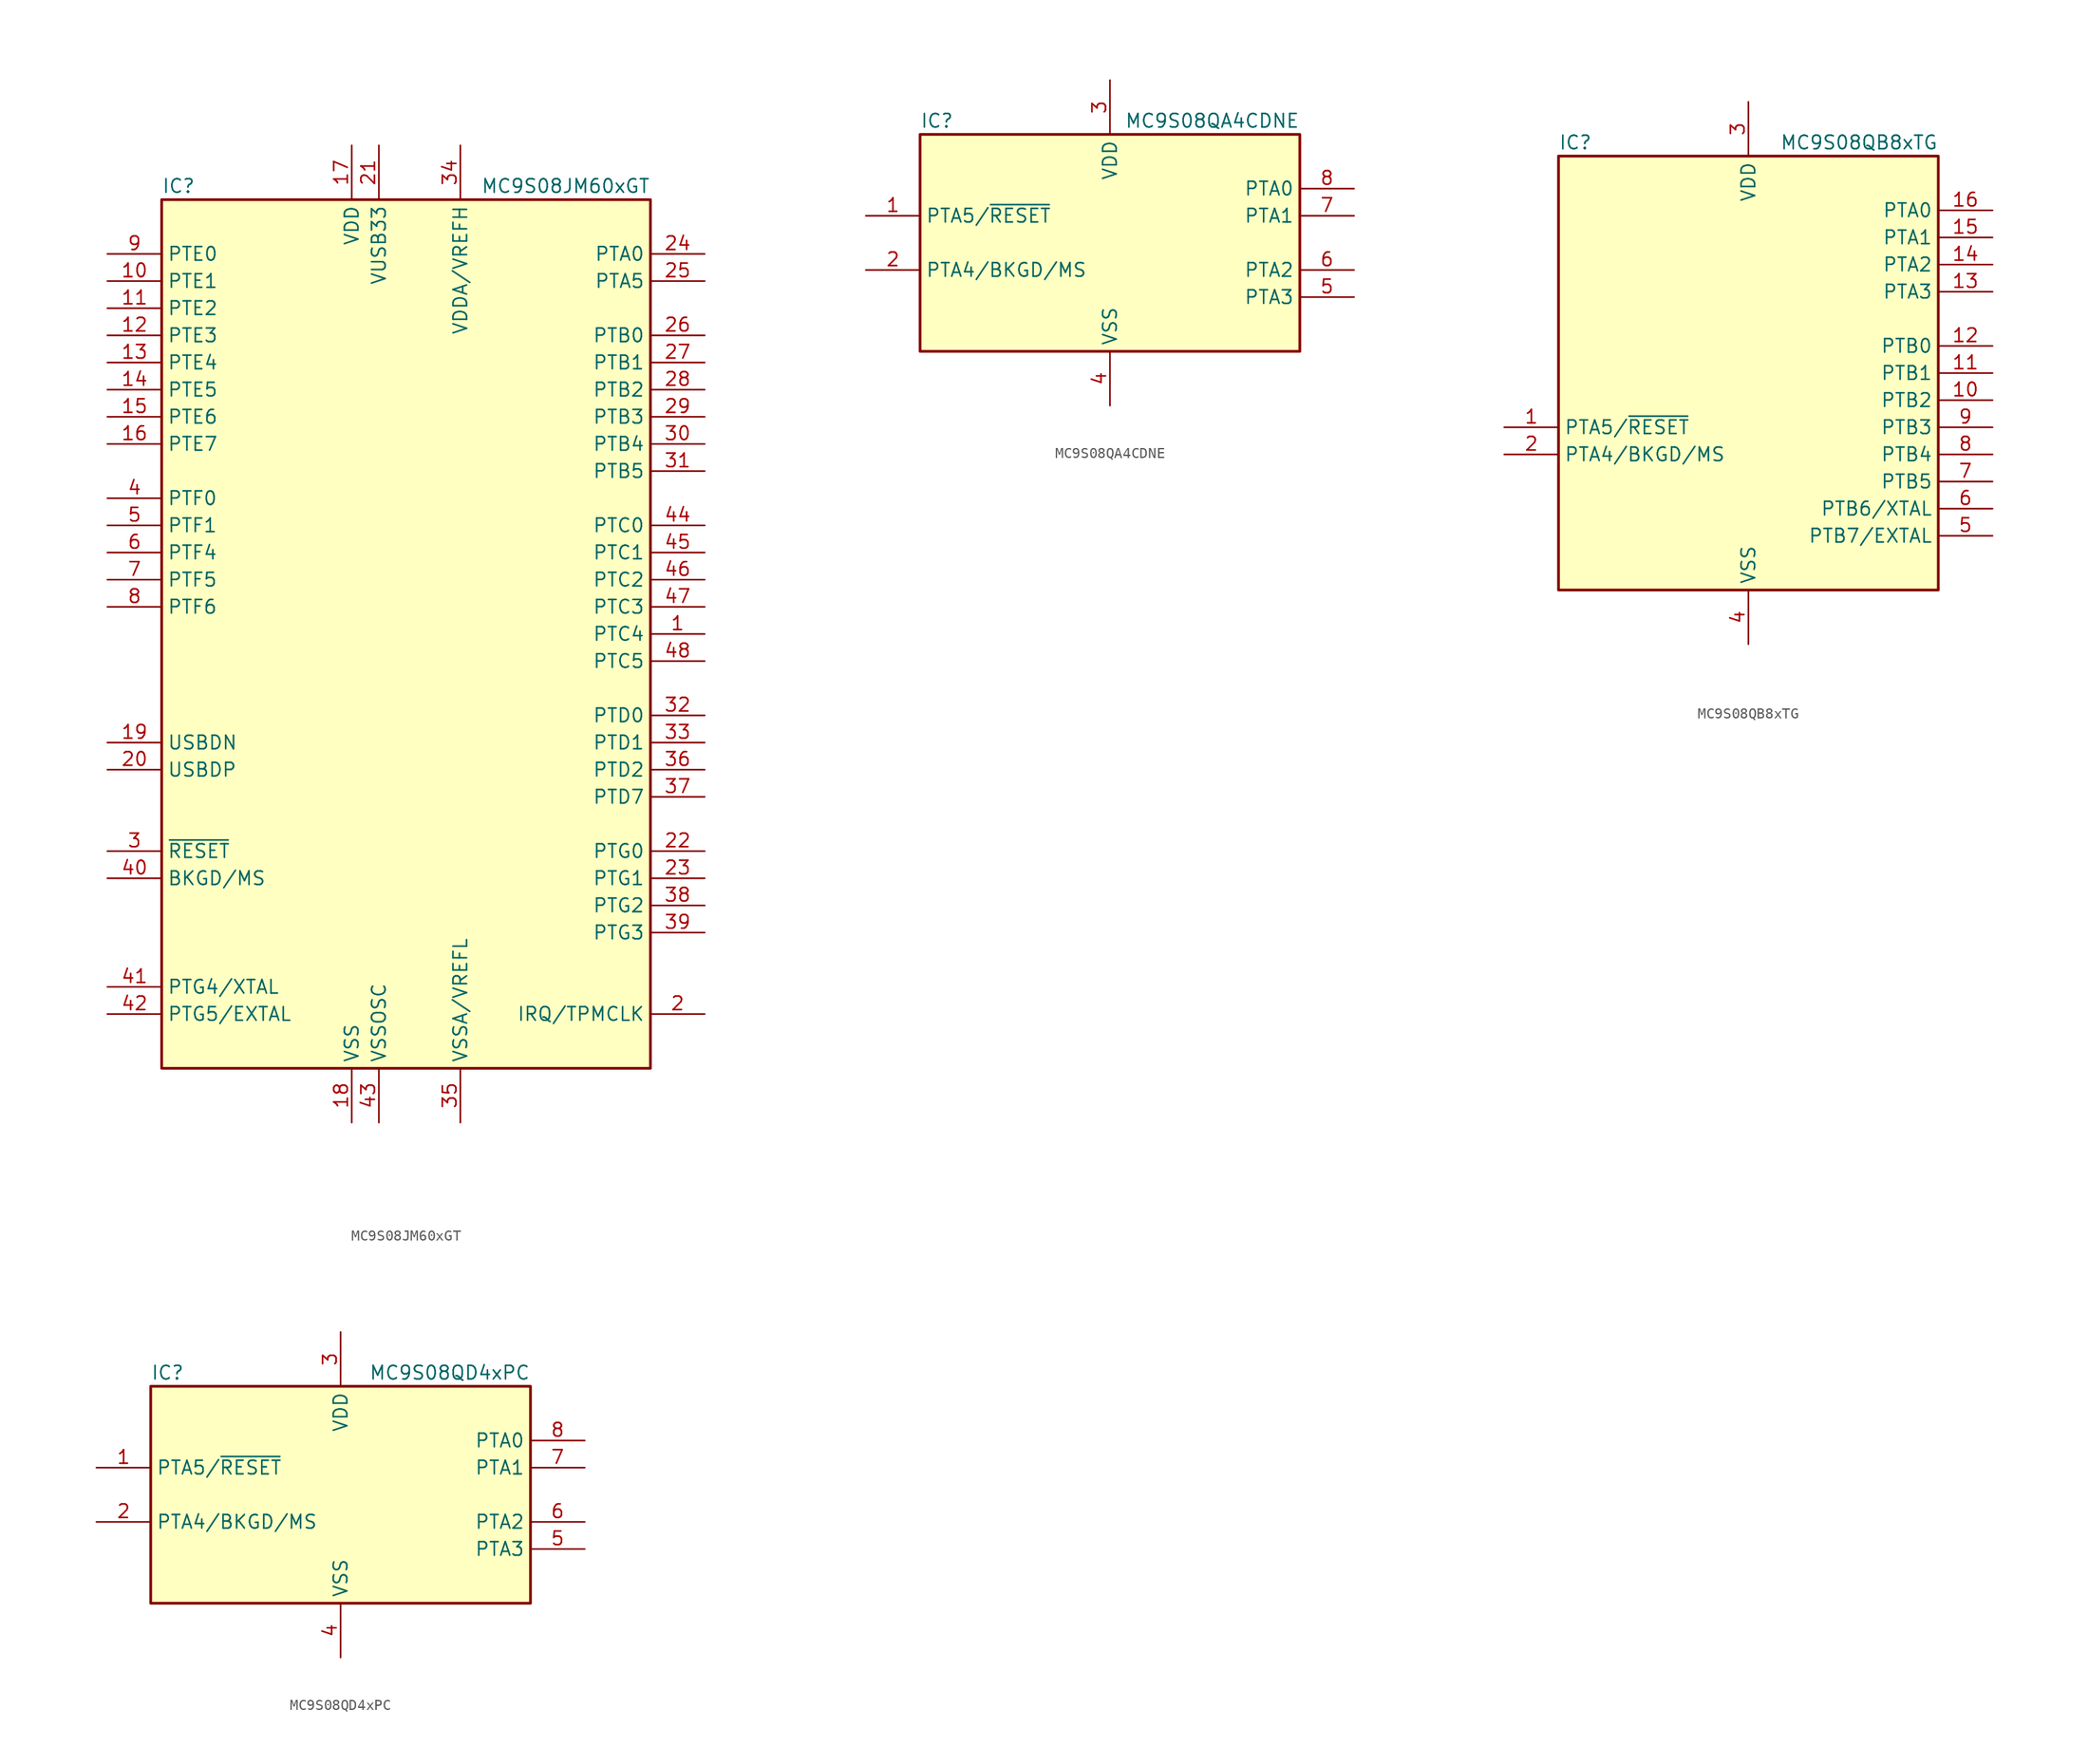
<source format=kicad_sym>
(kicad_symbol_lib
  (version 20231120)
  (generator "kicad_symbol_editor")
  (generator_version "8.0")
  (symbol "MC9S08JM60xGT"
    (property "Reference" "IC"
      (at -22.86 41.91 0)
      (effects (font (size 1.27 1.27)) (justify left)))
    (property "Value" "MC9S08JM60xGT"
      (at 22.86 41.91 0)
      (effects (font (size 1.27 1.27)) (justify right)))
    (symbol "MC9S08JM60xGT_0_1"
      (rectangle (start -22.86 40.64) (end 22.86 -40.64) (stroke (width 0.254) (type default)) (fill (type background))))
    (symbol "MC9S08JM60xGT_1_1"
      (pin bidirectional line (at 27.94 0 180) (length 5.08) (name "PTC4" (effects (font (size 1.27 1.27)))) (number "1" (effects (font (size 1.27 1.27)))))
      (pin bidirectional line (at -27.94 33.02 0) (length 5.08) (name "PTE1" (effects (font (size 1.27 1.27)))) (number "10" (effects (font (size 1.27 1.27)))))
      (pin bidirectional line (at -27.94 30.48 0) (length 5.08) (name "PTE2" (effects (font (size 1.27 1.27)))) (number "11" (effects (font (size 1.27 1.27)))))
      (pin bidirectional line (at -27.94 27.94 0) (length 5.08) (name "PTE3" (effects (font (size 1.27 1.27)))) (number "12" (effects (font (size 1.27 1.27)))))
      (pin bidirectional line (at -27.94 25.4 0) (length 5.08) (name "PTE4" (effects (font (size 1.27 1.27)))) (number "13" (effects (font (size 1.27 1.27)))))
      (pin bidirectional line (at -27.94 22.86 0) (length 5.08) (name "PTE5" (effects (font (size 1.27 1.27)))) (number "14" (effects (font (size 1.27 1.27)))))
      (pin bidirectional line (at -27.94 20.32 0) (length 5.08) (name "PTE6" (effects (font (size 1.27 1.27)))) (number "15" (effects (font (size 1.27 1.27)))))
      (pin bidirectional line (at -27.94 17.78 0) (length 5.08) (name "PTE7" (effects (font (size 1.27 1.27)))) (number "16" (effects (font (size 1.27 1.27)))))
      (pin power_in line (at -5.08 45.72 270) (length 5.08) (name "VDD" (effects (font (size 1.27 1.27)))) (number "17" (effects (font (size 1.27 1.27)))))
      (pin power_in line (at -5.08 -45.72 90) (length 5.08) (name "VSS" (effects (font (size 1.27 1.27)))) (number "18" (effects (font (size 1.27 1.27)))))
      (pin bidirectional line (at -27.94 -10.16 0) (length 5.08) (name "USBDN" (effects (font (size 1.27 1.27)))) (number "19" (effects (font (size 1.27 1.27)))))
      (pin bidirectional line (at 27.94 -35.56 180) (length 5.08) (name "IRQ/TPMCLK" (effects (font (size 1.27 1.27)))) (number "2" (effects (font (size 1.27 1.27)))))
      (pin bidirectional line (at -27.94 -12.7 0) (length 5.08) (name "USBDP" (effects (font (size 1.27 1.27)))) (number "20" (effects (font (size 1.27 1.27)))))
      (pin power_out line (at -2.54 45.72 270) (length 5.08) (name "VUSB33" (effects (font (size 1.27 1.27)))) (number "21" (effects (font (size 1.27 1.27)))))
      (pin bidirectional line (at 27.94 -20.32 180) (length 5.08) (name "PTG0" (effects (font (size 1.27 1.27)))) (number "22" (effects (font (size 1.27 1.27)))))
      (pin bidirectional line (at 27.94 -22.86 180) (length 5.08) (name "PTG1" (effects (font (size 1.27 1.27)))) (number "23" (effects (font (size 1.27 1.27)))))
      (pin bidirectional line (at 27.94 35.56 180) (length 5.08) (name "PTA0" (effects (font (size 1.27 1.27)))) (number "24" (effects (font (size 1.27 1.27)))))
      (pin bidirectional line (at 27.94 33.02 180) (length 5.08) (name "PTA5" (effects (font (size 1.27 1.27)))) (number "25" (effects (font (size 1.27 1.27)))))
      (pin bidirectional line (at 27.94 27.94 180) (length 5.08) (name "PTB0" (effects (font (size 1.27 1.27)))) (number "26" (effects (font (size 1.27 1.27)))))
      (pin bidirectional line (at 27.94 25.4 180) (length 5.08) (name "PTB1" (effects (font (size 1.27 1.27)))) (number "27" (effects (font (size 1.27 1.27)))))
      (pin bidirectional line (at 27.94 22.86 180) (length 5.08) (name "PTB2" (effects (font (size 1.27 1.27)))) (number "28" (effects (font (size 1.27 1.27)))))
      (pin bidirectional line (at 27.94 20.32 180) (length 5.08) (name "PTB3" (effects (font (size 1.27 1.27)))) (number "29" (effects (font (size 1.27 1.27)))))
      (pin input line (at -27.94 -20.32 0) (length 5.08) (name "~{RESET}" (effects (font (size 1.27 1.27)))) (number "3" (effects (font (size 1.27 1.27)))))
      (pin bidirectional line (at 27.94 17.78 180) (length 5.08) (name "PTB4" (effects (font (size 1.27 1.27)))) (number "30" (effects (font (size 1.27 1.27)))))
      (pin bidirectional line (at 27.94 15.24 180) (length 5.08) (name "PTB5" (effects (font (size 1.27 1.27)))) (number "31" (effects (font (size 1.27 1.27)))))
      (pin bidirectional line (at 27.94 -7.62 180) (length 5.08) (name "PTD0" (effects (font (size 1.27 1.27)))) (number "32" (effects (font (size 1.27 1.27)))))
      (pin bidirectional line (at 27.94 -10.16 180) (length 5.08) (name "PTD1" (effects (font (size 1.27 1.27)))) (number "33" (effects (font (size 1.27 1.27)))))
      (pin power_in line (at 5.08 45.72 270) (length 5.08) (name "VDDA/VREFH" (effects (font (size 1.27 1.27)))) (number "34" (effects (font (size 1.27 1.27)))))
      (pin power_in line (at 5.08 -45.72 90) (length 5.08) (name "VSSA/VREFL" (effects (font (size 1.27 1.27)))) (number "35" (effects (font (size 1.27 1.27)))))
      (pin bidirectional line (at 27.94 -12.7 180) (length 5.08) (name "PTD2" (effects (font (size 1.27 1.27)))) (number "36" (effects (font (size 1.27 1.27)))))
      (pin bidirectional line (at 27.94 -15.24 180) (length 5.08) (name "PTD7" (effects (font (size 1.27 1.27)))) (number "37" (effects (font (size 1.27 1.27)))))
      (pin bidirectional line (at 27.94 -25.4 180) (length 5.08) (name "PTG2" (effects (font (size 1.27 1.27)))) (number "38" (effects (font (size 1.27 1.27)))))
      (pin bidirectional line (at 27.94 -27.94 180) (length 5.08) (name "PTG3" (effects (font (size 1.27 1.27)))) (number "39" (effects (font (size 1.27 1.27)))))
      (pin bidirectional line (at -27.94 12.7 0) (length 5.08) (name "PTF0" (effects (font (size 1.27 1.27)))) (number "4" (effects (font (size 1.27 1.27)))))
      (pin bidirectional line (at -27.94 -22.86 0) (length 5.08) (name "BKGD/MS" (effects (font (size 1.27 1.27)))) (number "40" (effects (font (size 1.27 1.27)))))
      (pin bidirectional line (at -27.94 -33.02 0) (length 5.08) (name "PTG4/XTAL" (effects (font (size 1.27 1.27)))) (number "41" (effects (font (size 1.27 1.27)))))
      (pin bidirectional line (at -27.94 -35.56 0) (length 5.08) (name "PTG5/EXTAL" (effects (font (size 1.27 1.27)))) (number "42" (effects (font (size 1.27 1.27)))))
      (pin power_in line (at -2.54 -45.72 90) (length 5.08) (name "VSSOSC" (effects (font (size 1.27 1.27)))) (number "43" (effects (font (size 1.27 1.27)))))
      (pin bidirectional line (at 27.94 10.16 180) (length 5.08) (name "PTC0" (effects (font (size 1.27 1.27)))) (number "44" (effects (font (size 1.27 1.27)))))
      (pin bidirectional line (at 27.94 7.62 180) (length 5.08) (name "PTC1" (effects (font (size 1.27 1.27)))) (number "45" (effects (font (size 1.27 1.27)))))
      (pin bidirectional line (at 27.94 5.08 180) (length 5.08) (name "PTC2" (effects (font (size 1.27 1.27)))) (number "46" (effects (font (size 1.27 1.27)))))
      (pin bidirectional line (at 27.94 2.54 180) (length 5.08) (name "PTC3" (effects (font (size 1.27 1.27)))) (number "47" (effects (font (size 1.27 1.27)))))
      (pin bidirectional line (at 27.94 -2.54 180) (length 5.08) (name "PTC5" (effects (font (size 1.27 1.27)))) (number "48" (effects (font (size 1.27 1.27)))))
      (pin bidirectional line (at -27.94 10.16 0) (length 5.08) (name "PTF1" (effects (font (size 1.27 1.27)))) (number "5" (effects (font (size 1.27 1.27)))))
      (pin bidirectional line (at -27.94 7.62 0) (length 5.08) (name "PTF4" (effects (font (size 1.27 1.27)))) (number "6" (effects (font (size 1.27 1.27)))))
      (pin bidirectional line (at -27.94 5.08 0) (length 5.08) (name "PTF5" (effects (font (size 1.27 1.27)))) (number "7" (effects (font (size 1.27 1.27)))))
      (pin bidirectional line (at -27.94 2.54 0) (length 5.08) (name "PTF6" (effects (font (size 1.27 1.27)))) (number "8" (effects (font (size 1.27 1.27)))))
      (pin bidirectional line (at -27.94 35.56 0) (length 5.08) (name "PTE0" (effects (font (size 1.27 1.27)))) (number "9" (effects (font (size 1.27 1.27)))))))
  (symbol "MC9S08QA4CDNE"
    (property "Reference" "IC"
      (at -17.78 11.43 0)
      (effects (font (size 1.27 1.27)) (justify left)))
    (property "Value" "MC9S08QA4CDNE"
      (at 17.78 11.43 0)
      (effects (font (size 1.27 1.27)) (justify right)))
    (symbol "MC9S08QA4CDNE_0_1"
      (rectangle (start -17.78 10.16) (end 17.78 -10.16) (stroke (width 0.254) (type default)) (fill (type background))))
    (symbol "MC9S08QA4CDNE_1_1"
      (pin bidirectional line (at -22.86 2.54 0) (length 5.08) (name "PTA5/~{RESET}" (effects (font (size 1.27 1.27)))) (number "1" (effects (font (size 1.27 1.27)))))
      (pin bidirectional line (at -22.86 -2.54 0) (length 5.08) (name "PTA4/BKGD/MS" (effects (font (size 1.27 1.27)))) (number "2" (effects (font (size 1.27 1.27)))))
      (pin power_in line (at 0 15.24 270) (length 5.08) (name "VDD" (effects (font (size 1.27 1.27)))) (number "3" (effects (font (size 1.27 1.27)))))
      (pin power_in line (at 0 -15.24 90) (length 5.08) (name "VSS" (effects (font (size 1.27 1.27)))) (number "4" (effects (font (size 1.27 1.27)))))
      (pin bidirectional line (at 22.86 -5.08 180) (length 5.08) (name "PTA3" (effects (font (size 1.27 1.27)))) (number "5" (effects (font (size 1.27 1.27)))))
      (pin bidirectional line (at 22.86 -2.54 180) (length 5.08) (name "PTA2" (effects (font (size 1.27 1.27)))) (number "6" (effects (font (size 1.27 1.27)))))
      (pin bidirectional line (at 22.86 2.54 180) (length 5.08) (name "PTA1" (effects (font (size 1.27 1.27)))) (number "7" (effects (font (size 1.27 1.27)))))
      (pin bidirectional line (at 22.86 5.08 180) (length 5.08) (name "PTA0" (effects (font (size 1.27 1.27)))) (number "8" (effects (font (size 1.27 1.27)))))))
  (symbol "MC9S08QB8xTG"
    (property "Reference" "IC"
      (at -17.78 21.59 0)
      (effects (font (size 1.27 1.27)) (justify left)))
    (property "Value" "MC9S08QB8xTG"
      (at 17.78 21.59 0)
      (effects (font (size 1.27 1.27)) (justify right)))
    (symbol "MC9S08QB8xTG_0_1"
      (rectangle (start -17.78 20.32) (end 17.78 -20.32) (stroke (width 0.254) (type default)) (fill (type background))))
    (symbol "MC9S08QB8xTG_1_1"
      (pin bidirectional line (at -22.86 -5.08 0) (length 5.08) (name "PTA5/~{RESET}" (effects (font (size 1.27 1.27)))) (number "1" (effects (font (size 1.27 1.27)))))
      (pin bidirectional line (at 22.86 -2.54 180) (length 5.08) (name "PTB2" (effects (font (size 1.27 1.27)))) (number "10" (effects (font (size 1.27 1.27)))))
      (pin bidirectional line (at 22.86 0 180) (length 5.08) (name "PTB1" (effects (font (size 1.27 1.27)))) (number "11" (effects (font (size 1.27 1.27)))))
      (pin bidirectional line (at 22.86 2.54 180) (length 5.08) (name "PTB0" (effects (font (size 1.27 1.27)))) (number "12" (effects (font (size 1.27 1.27)))))
      (pin bidirectional line (at 22.86 7.62 180) (length 5.08) (name "PTA3" (effects (font (size 1.27 1.27)))) (number "13" (effects (font (size 1.27 1.27)))))
      (pin bidirectional line (at 22.86 10.16 180) (length 5.08) (name "PTA2" (effects (font (size 1.27 1.27)))) (number "14" (effects (font (size 1.27 1.27)))))
      (pin bidirectional line (at 22.86 12.7 180) (length 5.08) (name "PTA1" (effects (font (size 1.27 1.27)))) (number "15" (effects (font (size 1.27 1.27)))))
      (pin bidirectional line (at 22.86 15.24 180) (length 5.08) (name "PTA0" (effects (font (size 1.27 1.27)))) (number "16" (effects (font (size 1.27 1.27)))))
      (pin bidirectional line (at -22.86 -7.62 0) (length 5.08) (name "PTA4/BKGD/MS" (effects (font (size 1.27 1.27)))) (number "2" (effects (font (size 1.27 1.27)))))
      (pin power_in line (at 0 25.4 270) (length 5.08) (name "VDD" (effects (font (size 1.27 1.27)))) (number "3" (effects (font (size 1.27 1.27)))))
      (pin power_in line (at 0 -25.4 90) (length 5.08) (name "VSS" (effects (font (size 1.27 1.27)))) (number "4" (effects (font (size 1.27 1.27)))))
      (pin bidirectional line (at 22.86 -15.24 180) (length 5.08) (name "PTB7/EXTAL" (effects (font (size 1.27 1.27)))) (number "5" (effects (font (size 1.27 1.27)))))
      (pin bidirectional line (at 22.86 -12.7 180) (length 5.08) (name "PTB6/XTAL" (effects (font (size 1.27 1.27)))) (number "6" (effects (font (size 1.27 1.27)))))
      (pin bidirectional line (at 22.86 -10.16 180) (length 5.08) (name "PTB5" (effects (font (size 1.27 1.27)))) (number "7" (effects (font (size 1.27 1.27)))))
      (pin bidirectional line (at 22.86 -7.62 180) (length 5.08) (name "PTB4" (effects (font (size 1.27 1.27)))) (number "8" (effects (font (size 1.27 1.27)))))
      (pin bidirectional line (at 22.86 -5.08 180) (length 5.08) (name "PTB3" (effects (font (size 1.27 1.27)))) (number "9" (effects (font (size 1.27 1.27)))))))
  (symbol "MC9S08QD4xPC"
    (property "Reference" "IC"
      (at -17.78 11.43 0)
      (effects (font (size 1.27 1.27)) (justify left)))
    (property "Value" "MC9S08QD4xPC"
      (at 17.78 11.43 0)
      (effects (font (size 1.27 1.27)) (justify right)))
    (symbol "MC9S08QD4xPC_0_1"
      (rectangle (start -17.78 10.16) (end 17.78 -10.16) (stroke (width 0.254) (type default)) (fill (type background))))
    (symbol "MC9S08QD4xPC_1_1"
      (pin bidirectional line (at -22.86 2.54 0) (length 5.08) (name "PTA5/~{RESET}" (effects (font (size 1.27 1.27)))) (number "1" (effects (font (size 1.27 1.27)))))
      (pin bidirectional line (at -22.86 -2.54 0) (length 5.08) (name "PTA4/BKGD/MS" (effects (font (size 1.27 1.27)))) (number "2" (effects (font (size 1.27 1.27)))))
      (pin power_in line (at 0 15.24 270) (length 5.08) (name "VDD" (effects (font (size 1.27 1.27)))) (number "3" (effects (font (size 1.27 1.27)))))
      (pin power_in line (at 0 -15.24 90) (length 5.08) (name "VSS" (effects (font (size 1.27 1.27)))) (number "4" (effects (font (size 1.27 1.27)))))
      (pin bidirectional line (at 22.86 -5.08 180) (length 5.08) (name "PTA3" (effects (font (size 1.27 1.27)))) (number "5" (effects (font (size 1.27 1.27)))))
      (pin bidirectional line (at 22.86 -2.54 180) (length 5.08) (name "PTA2" (effects (font (size 1.27 1.27)))) (number "6" (effects (font (size 1.27 1.27)))))
      (pin bidirectional line (at 22.86 2.54 180) (length 5.08) (name "PTA1" (effects (font (size 1.27 1.27)))) (number "7" (effects (font (size 1.27 1.27)))))
      (pin bidirectional line (at 22.86 5.08 180) (length 5.08) (name "PTA0" (effects (font (size 1.27 1.27)))) (number "8" (effects (font (size 1.27 1.27))))))))
</source>
